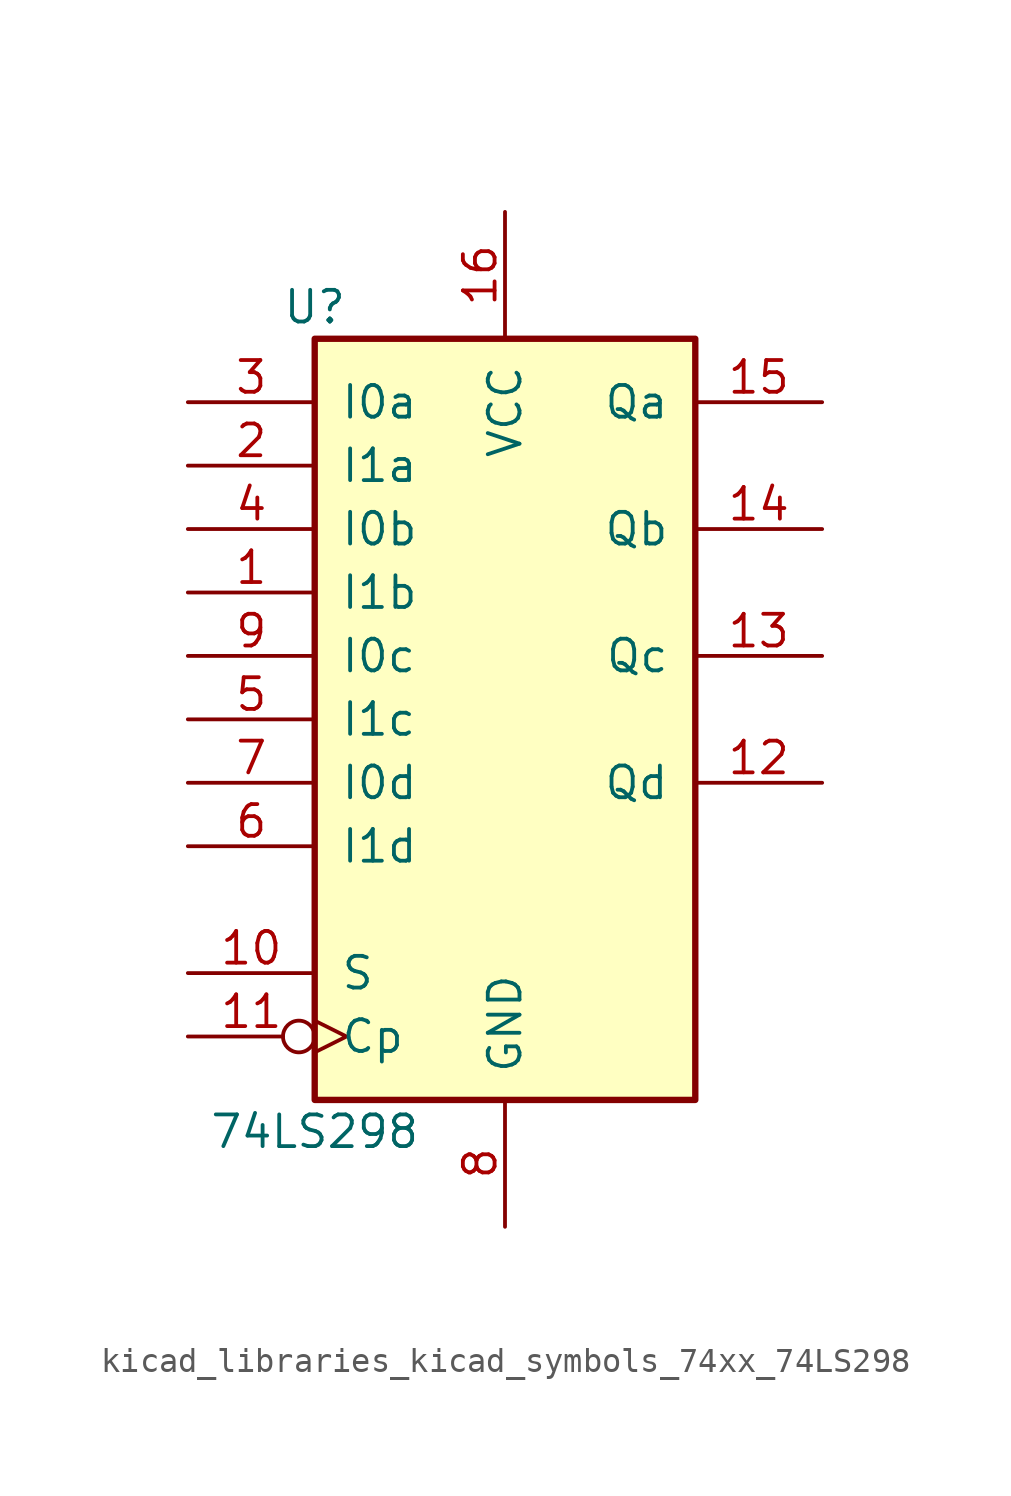
<source format=kicad_sym>
(kicad_symbol_lib
  (version 20220914)
  (generator kicad_symbol_editor)
  (symbol "kicad_libraries_kicad_symbols_74xx_74LS298"
    (pin_names
      (offset 1.016))
    (property "Reference" "U"
      (at -7.62 16.51 0)
      (effects (font (size 1.27 1.27))))
    (property "Value" "74LS298"
      (at -7.62 -16.51 0)
      (effects (font (size 1.27 1.27))))
    (property "ki_locked" ""
      (at 0 0 0)
      (effects (font (size 1.27 1.27))))
    (symbol "kicad_libraries_kicad_symbols_74xx_74LS298_1_0"
      (pin input line (at -12.7 5.08 0) (length 5.08) (name "I1b" (effects (font (size 1.27 1.27)))) (number "1" (effects (font (size 1.27 1.27)))))
      (pin input line (at -12.7 -10.16 0) (length 5.08) (name "S" (effects (font (size 1.27 1.27)))) (number "10" (effects (font (size 1.27 1.27)))))
      (pin input inverted_clock (at -12.7 -12.7 0) (length 5.08) (name "Cp" (effects (font (size 1.27 1.27)))) (number "11" (effects (font (size 1.27 1.27)))))
      (pin output line (at 12.7 -2.54 180) (length 5.08) (name "Qd" (effects (font (size 1.27 1.27)))) (number "12" (effects (font (size 1.27 1.27)))))
      (pin output line (at 12.7 2.54 180) (length 5.08) (name "Qc" (effects (font (size 1.27 1.27)))) (number "13" (effects (font (size 1.27 1.27)))))
      (pin output line (at 12.7 7.62 180) (length 5.08) (name "Qb" (effects (font (size 1.27 1.27)))) (number "14" (effects (font (size 1.27 1.27)))))
      (pin output line (at 12.7 12.7 180) (length 5.08) (name "Qa" (effects (font (size 1.27 1.27)))) (number "15" (effects (font (size 1.27 1.27)))))
      (pin power_in line (at 0 20.32 270) (length 5.08) (name "VCC" (effects (font (size 1.27 1.27)))) (number "16" (effects (font (size 1.27 1.27)))))
      (pin input line (at -12.7 10.16 0) (length 5.08) (name "I1a" (effects (font (size 1.27 1.27)))) (number "2" (effects (font (size 1.27 1.27)))))
      (pin input line (at -12.7 12.7 0) (length 5.08) (name "I0a" (effects (font (size 1.27 1.27)))) (number "3" (effects (font (size 1.27 1.27)))))
      (pin input line (at -12.7 7.62 0) (length 5.08) (name "I0b" (effects (font (size 1.27 1.27)))) (number "4" (effects (font (size 1.27 1.27)))))
      (pin input line (at -12.7 0 0) (length 5.08) (name "I1c" (effects (font (size 1.27 1.27)))) (number "5" (effects (font (size 1.27 1.27)))))
      (pin input line (at -12.7 -5.08 0) (length 5.08) (name "I1d" (effects (font (size 1.27 1.27)))) (number "6" (effects (font (size 1.27 1.27)))))
      (pin input line (at -12.7 -2.54 0) (length 5.08) (name "I0d" (effects (font (size 1.27 1.27)))) (number "7" (effects (font (size 1.27 1.27)))))
      (pin power_in line (at 0 -20.32 90) (length 5.08) (name "GND" (effects (font (size 1.27 1.27)))) (number "8" (effects (font (size 1.27 1.27)))))
      (pin input line (at -12.7 2.54 0) (length 5.08) (name "I0c" (effects (font (size 1.27 1.27)))) (number "9" (effects (font (size 1.27 1.27))))))
    (symbol "kicad_libraries_kicad_symbols_74xx_74LS298_1_1"
      (rectangle (start -7.62 15.24) (end 7.62 -15.24) (stroke (width 0.254) (type default)) (fill (type background))))))
</source>
